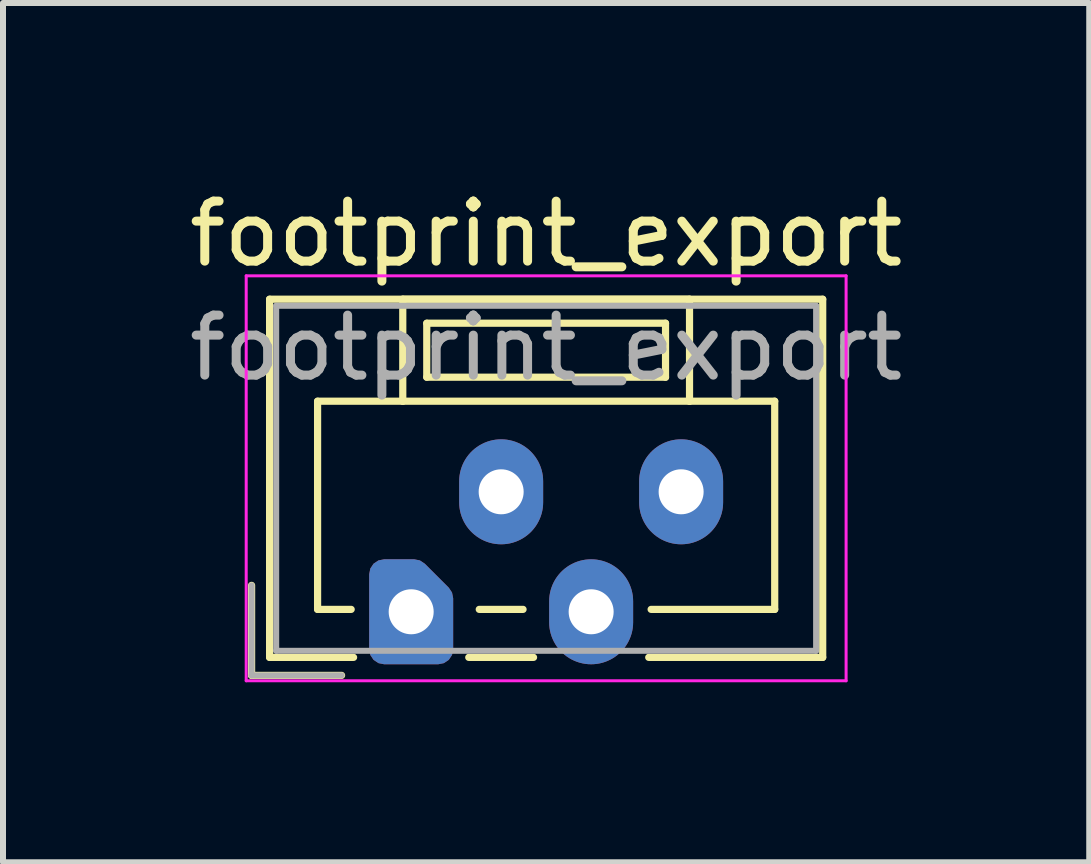
<source format=kicad_pcb>
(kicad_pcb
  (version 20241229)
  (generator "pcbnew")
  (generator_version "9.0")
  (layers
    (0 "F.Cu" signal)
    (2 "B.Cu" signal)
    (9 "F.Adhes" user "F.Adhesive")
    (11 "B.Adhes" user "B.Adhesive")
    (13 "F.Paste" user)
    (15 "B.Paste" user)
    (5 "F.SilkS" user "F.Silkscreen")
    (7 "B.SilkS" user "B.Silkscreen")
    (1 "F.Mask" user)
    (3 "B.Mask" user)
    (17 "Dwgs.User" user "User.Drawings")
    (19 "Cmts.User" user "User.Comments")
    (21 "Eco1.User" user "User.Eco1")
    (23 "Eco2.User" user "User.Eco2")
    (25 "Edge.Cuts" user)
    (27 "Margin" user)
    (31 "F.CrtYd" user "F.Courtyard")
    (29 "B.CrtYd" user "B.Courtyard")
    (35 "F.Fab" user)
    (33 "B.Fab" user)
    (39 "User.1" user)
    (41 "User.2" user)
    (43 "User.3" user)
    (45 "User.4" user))
  (footprint "footprint_export"
    (layer "F.Cu")
    (at 3.804 7.148)
    (property "Reference" "footprint_export" (at 2.25 -6.3 0) (layer "F.SilkS") (effects (font (size 1 1) (thickness 0.15))))
    (attr through_hole)
    (fp_line (start -2.66 -0.44) (end -2.66 1.06) (stroke (width 0.12) (type solid)) (layer "F.SilkS"))
    (fp_line (start -2.66 1.06) (end -1.16 1.06) (stroke (width 0.12) (type solid)) (layer "F.SilkS"))
    (fp_line (start -2.36 -5.21) (end 6.86 -5.21) (stroke (width 0.12) (type solid)) (layer "F.SilkS"))
    (fp_line (start -2.36 0.76) (end -2.36 -5.21) (stroke (width 0.12) (type solid)) (layer "F.SilkS"))
    (fp_line (start -1.56 -3.51) (end -1.56 -0.04) (stroke (width 0.12) (type solid)) (layer "F.SilkS"))
    (fp_line (start -1.56 -0.04) (end -1 -0.04) (stroke (width 0.12) (type solid)) (layer "F.SilkS"))
    (fp_line (start -0.96 0.76) (end -2.36 0.76) (stroke (width 0.12) (type solid)) (layer "F.SilkS"))
    (fp_line (start -0.14 -5.21) (end -0.14 -3.51) (stroke (width 0.12) (type solid)) (layer "F.SilkS"))
    (fp_line (start -0.14 -3.51) (end -1.56 -3.51) (stroke (width 0.12) (type solid)) (layer "F.SilkS"))
    (fp_line (start -0.14 -3.51) (end 4.64 -3.51) (stroke (width 0.12) (type solid)) (layer "F.SilkS"))
    (fp_line (start 0.26 -4.81) (end 0.26 -3.91) (stroke (width 0.12) (type solid)) (layer "F.SilkS"))
    (fp_line (start 0.26 -3.91) (end 4.24 -3.91) (stroke (width 0.12) (type solid)) (layer "F.SilkS"))
    (fp_line (start 0.96 0.76) (end 2.04 0.76) (stroke (width 0.12) (type solid)) (layer "F.SilkS"))
    (fp_line (start 1.135 -0.04) (end 1.865 -0.04) (stroke (width 0.12) (type solid)) (layer "F.SilkS"))
    (fp_line (start 4.24 -4.81) (end 0.26 -4.81) (stroke (width 0.12) (type solid)) (layer "F.SilkS"))
    (fp_line (start 4.24 -3.91) (end 4.24 -4.81) (stroke (width 0.12) (type solid)) (layer "F.SilkS"))
    (fp_line (start 4.64 -5.21) (end -0.14 -5.21) (stroke (width 0.12) (type solid)) (layer "F.SilkS"))
    (fp_line (start 4.64 -3.51) (end 4.64 -5.21) (stroke (width 0.12) (type solid)) (layer "F.SilkS"))
    (fp_line (start 4.64 -3.51) (end 6.06 -3.51) (stroke (width 0.12) (type solid)) (layer "F.SilkS"))
    (fp_line (start 6.06 -3.51) (end 6.06 -0.04) (stroke (width 0.12) (type solid)) (layer "F.SilkS"))
    (fp_line (start 6.06 -0.04) (end 4 -0.04) (stroke (width 0.12) (type solid)) (layer "F.SilkS"))
    (fp_line (start 6.86 -5.21) (end 6.86 0.76) (stroke (width 0.12) (type solid)) (layer "F.SilkS"))
    (fp_line (start 6.86 0.76) (end 3.96 0.76) (stroke (width 0.12) (type solid)) (layer "F.SilkS"))
    (fp_line (start -2.75 -5.6) (end -2.75 1.15) (stroke (width 0.05) (type solid)) (layer "F.CrtYd"))
    (fp_line (start -2.75 1.15) (end 7.25 1.15) (stroke (width 0.05) (type solid)) (layer "F.CrtYd"))
    (fp_line (start 7.25 -5.6) (end -2.75 -5.6) (stroke (width 0.05) (type solid)) (layer "F.CrtYd"))
    (fp_line (start 7.25 1.15) (end 7.25 -5.6) (stroke (width 0.05) (type solid)) (layer "F.CrtYd"))
    (fp_line (start -2.66 -0.44) (end -2.66 1.06) (stroke (width 0.1) (type solid)) (layer "F.Fab"))
    (fp_line (start -2.66 1.06) (end -1.16 1.06) (stroke (width 0.1) (type solid)) (layer "F.Fab"))
    (fp_line (start -2.25 -5.1) (end -2.25 0.65) (stroke (width 0.1) (type solid)) (layer "F.Fab"))
    (fp_line (start -2.25 0.65) (end 6.75 0.65) (stroke (width 0.1) (type solid)) (layer "F.Fab"))
    (fp_line (start 6.75 -5.1) (end -2.25 -5.1) (stroke (width 0.1) (type solid)) (layer "F.Fab"))
    (fp_line (start 6.75 0.65) (end 6.75 -5.1) (stroke (width 0.1) (type solid)) (layer "F.Fab"))
    (fp_text user "${REFERENCE}" (at 2.25 -4.4 0) (layer "F.Fab") (effects (font (size 1 1) (thickness 0.15))))
    (pad "1" thru_hole custom (at 0 0) (size 1.117 1.117) (drill 0.75) (layers "*.Cu" "*.Mask") (options (anchor circle)) (primitives (gr_poly (pts (xy 0.45 -0.225) (xy 0.45 0.625) (xy -0.45 0.625) (xy -0.45 -0.625) (xy 0.05 -0.625)) (width 0.5) (fill yes))))
    (pad "2" thru_hole oval (at 1.5 -2) (size 1.4 1.75) (drill 0.75) (layers "*.Cu" "*.Mask"))
    (pad "3" thru_hole oval (at 3 0) (size 1.4 1.75) (drill 0.75) (layers "*.Cu" "*.Mask"))
    (pad "4" thru_hole oval (at 4.5 -2) (size 1.4 1.75) (drill 0.75) (layers "*.Cu" "*.Mask")))
  (gr_rect
    (start -3 -3)
    (end 15.107 11.323)
    (stroke (width 0.1) (type default))
    (fill no)
    (layer "Edge.Cuts")))
</source>
